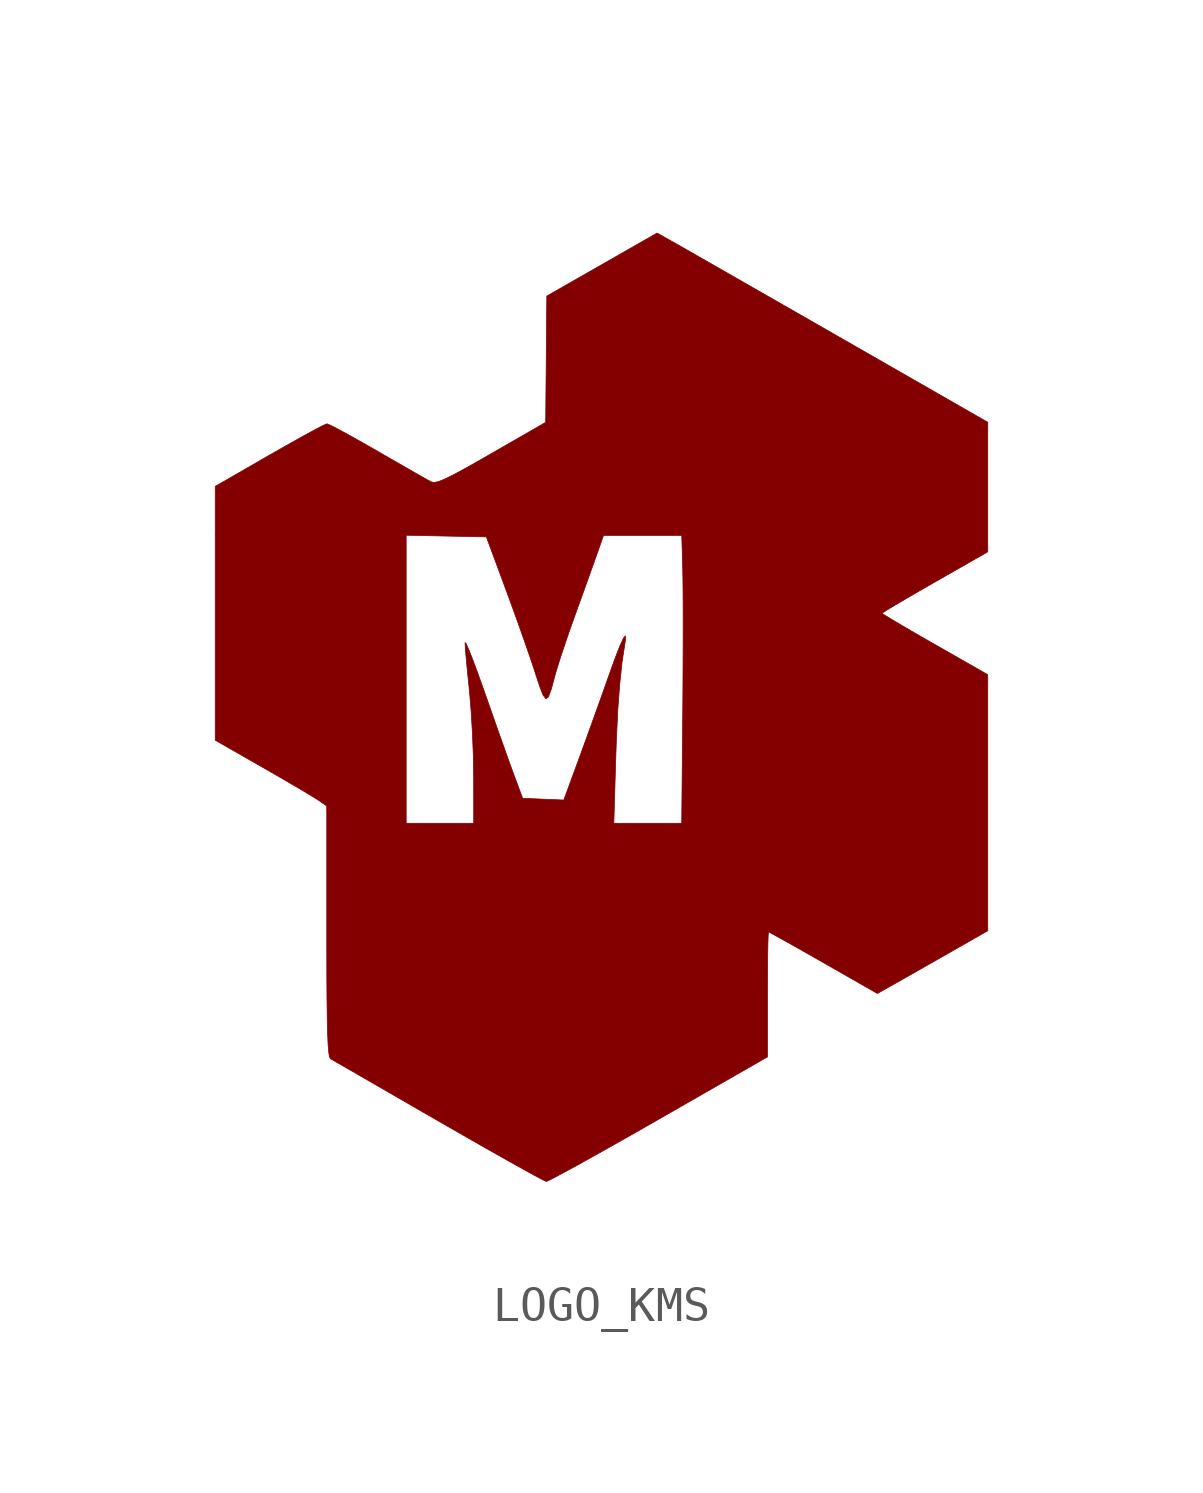
<source format=kicad_sym>
(kicad_symbol_lib
  (version 20220914)
  (generator kicad_symbol_editor)
  (symbol "LOGO_KMS"
    (pin_names
      (offset 1.016))
    (property "Reference" "#G"
      (at 0 13.928 0)
      (effects (font (size 1.27 1.27)) hide))
    (symbol "LOGO_KMS_0_0"
      (polyline (pts (xy 0.012 -14.544) (xy 0.181 -14.46) (xy 0.473 -14.304) (xy 0.872 -14.087) (xy 1.36 -13.815) (xy 1.924 -13.499) (xy 2.547 -13.146) (xy 3.214 -12.765) (xy 6.35 -10.967) (xy 6.35 -9.167) (xy 6.35 -8.971) (xy 6.353 -8.459) (xy 6.357 -8.017) (xy 6.364 -7.672) (xy 6.372 -7.447) (xy 6.382 -7.366) (xy 6.393 -7.37) (xy 6.516 -7.436) (xy 6.757 -7.569) (xy 7.094 -7.757) (xy 7.504 -7.989) (xy 7.966 -8.252) (xy 9.518 -9.139) (xy 9.878 -8.937) (xy 9.98 -8.88) (xy 10.249 -8.728) (xy 10.61 -8.523) (xy 11.028 -8.285) (xy 11.469 -8.034) (xy 12.7 -7.331) (xy 12.7 0.049) (xy 11.176 0.92) (xy 11.042 0.996) (xy 10.599 1.251) (xy 10.217 1.474) (xy 9.918 1.651) (xy 9.722 1.771) (xy 9.652 1.82) (xy 9.658 1.826) (xy 9.766 1.897) (xy 9.993 2.034) (xy 10.319 2.226) (xy 10.72 2.459) (xy 11.176 2.721) (xy 12.7 3.591) (xy 12.7 7.326) (xy 8.319 9.838) (xy 7.607 10.246) (xy 6.835 10.688) (xy 6.111 11.103) (xy 5.448 11.482) (xy 4.861 11.818) (xy 4.363 12.103) (xy 3.97 12.328) (xy 3.695 12.484) (xy 3.552 12.565) (xy 3.168 12.78) (xy 1.579 11.872) (xy -0.01 10.964) (xy -0.042 7.324) (xy -1.609 6.423) (xy -1.897 6.257) (xy -2.365 5.994) (xy -2.716 5.804) (xy -2.971 5.68) (xy -3.148 5.612) (xy -3.266 5.591) (xy -3.344 5.609) (xy -3.462 5.673) (xy -3.703 5.809) (xy -4.038 6.001) (xy -4.441 6.232) (xy -4.886 6.489) (xy -5.322 6.738) (xy -5.711 6.956) (xy -6.028 7.128) (xy -6.248 7.241) (xy -6.347 7.281) (xy -6.364 7.276) (xy -6.506 7.21) (xy -6.764 7.074) (xy -7.114 6.882) (xy -7.534 6.646) (xy -8.002 6.38) (xy -9.567 5.478) (xy -9.567 4.069) (xy -4.064 4.069) (xy -1.752 4.022) (xy -1.172 2.455) (xy -1 1.986) (xy -0.796 1.42) (xy -0.606 0.88) (xy -0.444 0.409) (xy -0.327 0.053) (xy -0.218 -0.281) (xy -0.116 -0.543) (xy -0.035 -0.645) (xy 0.038 -0.588) (xy 0.117 -0.374) (xy 0.217 -0.005) (xy 0.246 0.101) (xy 0.345 0.425) (xy 0.483 0.844) (xy 0.644 1.318) (xy 0.817 1.802) (xy 0.899 2.03) (xy 1.072 2.51) (xy 1.232 2.955) (xy 1.364 3.325) (xy 1.454 3.577) (xy 1.624 4.064) (xy 3.88 4.064) (xy 3.909 3.069) (xy 3.913 2.811) (xy 3.918 2.37) (xy 3.92 1.81) (xy 3.92 1.157) (xy 3.918 0.44) (xy 3.914 -0.315) (xy 3.908 -1.079) (xy 3.879 -4.233) (xy 1.922 -4.233) (xy 1.975 -2.434) (xy 1.995 -1.84) (xy 2.036 -0.97) (xy 2.091 -0.229) (xy 2.159 0.409) (xy 2.245 0.971) (xy 2.262 1.09) (xy 2.253 1.171) (xy 2.198 1.1) (xy 2.099 0.884) (xy 1.96 0.529) (xy 1.785 0.042) (xy 1.747 -0.066) (xy 1.572 -0.56) (xy 1.366 -1.133) (xy 1.153 -1.724) (xy 0.955 -2.268) (xy 0.48 -3.563) (xy -0.114 -3.538) (xy -0.707 -3.514) (xy -0.959 -2.836) (xy -0.961 -2.829) (xy -1.071 -2.529) (xy -1.221 -2.108) (xy -1.4 -1.606) (xy -1.592 -1.06) (xy -1.786 -0.508) (xy -1.844 -0.341) (xy -2.01 0.12) (xy -2.152 0.502) (xy -2.265 0.785) (xy -2.339 0.949) (xy -2.366 0.974) (xy -2.366 0.948) (xy -2.354 0.762) (xy -2.328 0.455) (xy -2.29 0.062) (xy -2.244 -0.381) (xy -2.238 -0.445) (xy -2.191 -1.007) (xy -2.153 -1.653) (xy -2.127 -2.309) (xy -2.118 -2.9) (xy -2.117 -4.233) (xy -4.064 -4.233) (xy -4.064 4.069) (xy -9.567 4.069) (xy -9.567 -1.839) (xy -8.191 -2.626) (xy -7.772 -2.867) (xy -7.353 -3.111) (xy -6.996 -3.321) (xy -6.731 -3.481) (xy -6.584 -3.574) (xy -6.353 -3.735) (xy -6.353 -7.345) (xy -6.353 -7.794) (xy -6.351 -8.638) (xy -6.346 -9.33) (xy -6.339 -9.884) (xy -6.328 -10.312) (xy -6.314 -10.627) (xy -6.295 -10.842) (xy -6.273 -10.968) (xy -6.246 -11.019) (xy -6.224 -11.032) (xy -6.074 -11.119) (xy -5.8 -11.277) (xy -5.418 -11.497) (xy -4.944 -11.771) (xy -4.395 -12.088) (xy -3.786 -12.44) (xy -3.133 -12.816) (xy -2.857 -12.975) (xy -2.221 -13.34) (xy -1.635 -13.673) (xy -1.117 -13.966) (xy -0.68 -14.21) (xy -0.342 -14.396) (xy -0.118 -14.514) (xy -0.025 -14.557) (xy 0.012 -14.544)) (stroke (width 0.01) (type default)) (fill (type outline))))))
</source>
